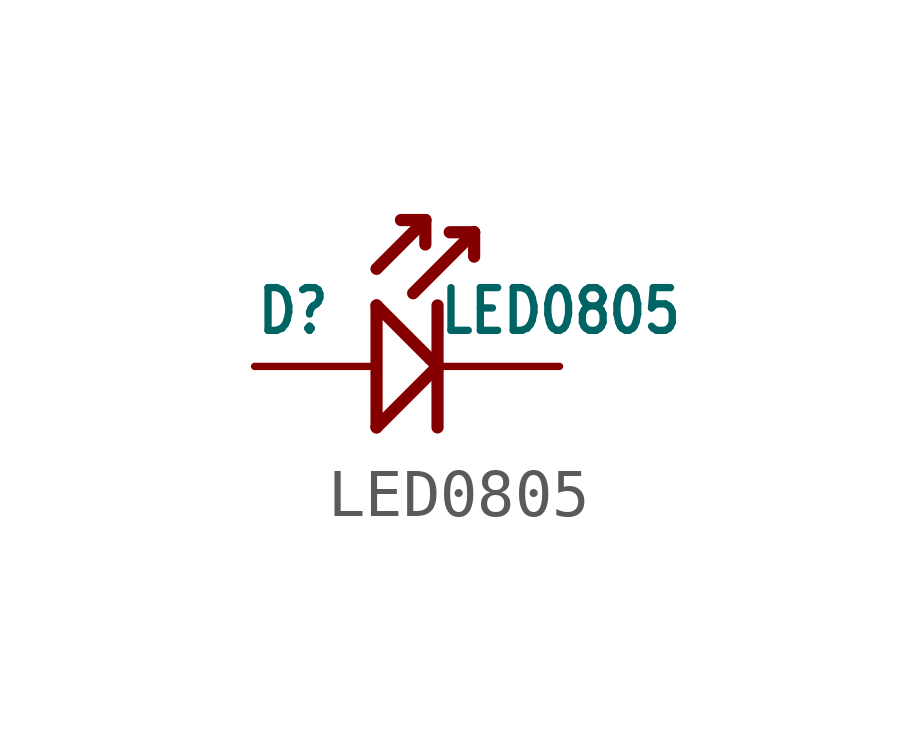
<source format=kicad_sym>
(kicad_symbol_lib
  (version 20211014)
  (generator kicad_symbol_editor)
  (symbol "LED0805"
    (property "Reference" "D"
      (at -2.54 0.635 0)
      (effects (font (size 0.889 0.756)) (justify left bottom)))
    (property "Value" "LED0805"
      (at 1.27 0.635 0)
      (effects (font (size 0.889 0.756)) (justify left bottom)))
    (property "ki_locked" ""
      (at 0 0 0)
      (effects (font (size 1.27 1.27))))
    (symbol "LED0805_1_0"
      (polyline (pts (xy 0 -1.27) (xy 0 1.27)) (stroke (width 0.254) (type default) (color 0 0 0 0)) (fill (type none)))
      (polyline (pts (xy 0 1.27) (xy 1.27 0)) (stroke (width 0.254) (type default) (color 0 0 0 0)) (fill (type none)))
      (polyline (pts (xy 0 2.032) (xy 1.016 3.048)) (stroke (width 0.254) (type default) (color 0 0 0 0)) (fill (type none)))
      (polyline (pts (xy 0.762 1.524) (xy 2.032 2.794)) (stroke (width 0.254) (type default) (color 0 0 0 0)) (fill (type none)))
      (polyline (pts (xy 1.016 3.048) (xy 0.508 3.048)) (stroke (width 0.254) (type default) (color 0 0 0 0)) (fill (type none)))
      (polyline (pts (xy 1.016 3.048) (xy 1.016 2.54)) (stroke (width 0.254) (type default) (color 0 0 0 0)) (fill (type none)))
      (polyline (pts (xy 1.27 0) (xy 0 -1.27)) (stroke (width 0.254) (type default) (color 0 0 0 0)) (fill (type none)))
      (polyline (pts (xy 1.27 0) (xy 1.27 -1.27)) (stroke (width 0.254) (type default) (color 0 0 0 0)) (fill (type none)))
      (polyline (pts (xy 1.27 1.27) (xy 1.27 0)) (stroke (width 0.254) (type default) (color 0 0 0 0)) (fill (type none)))
      (polyline (pts (xy 2.032 2.794) (xy 1.524 2.794)) (stroke (width 0.254) (type default) (color 0 0 0 0)) (fill (type none)))
      (polyline (pts (xy 2.032 2.794) (xy 2.032 2.286)) (stroke (width 0.254) (type default) (color 0 0 0 0)) (fill (type none)))
      (pin passive line (at -2.54 0 0) (length 2.54) (name "+" (effects (font (size 0 0)))) (number "+" (effects (font (size 0 0)))))
      (pin passive line (at 3.81 0 180) (length 2.54) (name "-" (effects (font (size 0 0)))) (number "-" (effects (font (size 0 0))))))))
</source>
